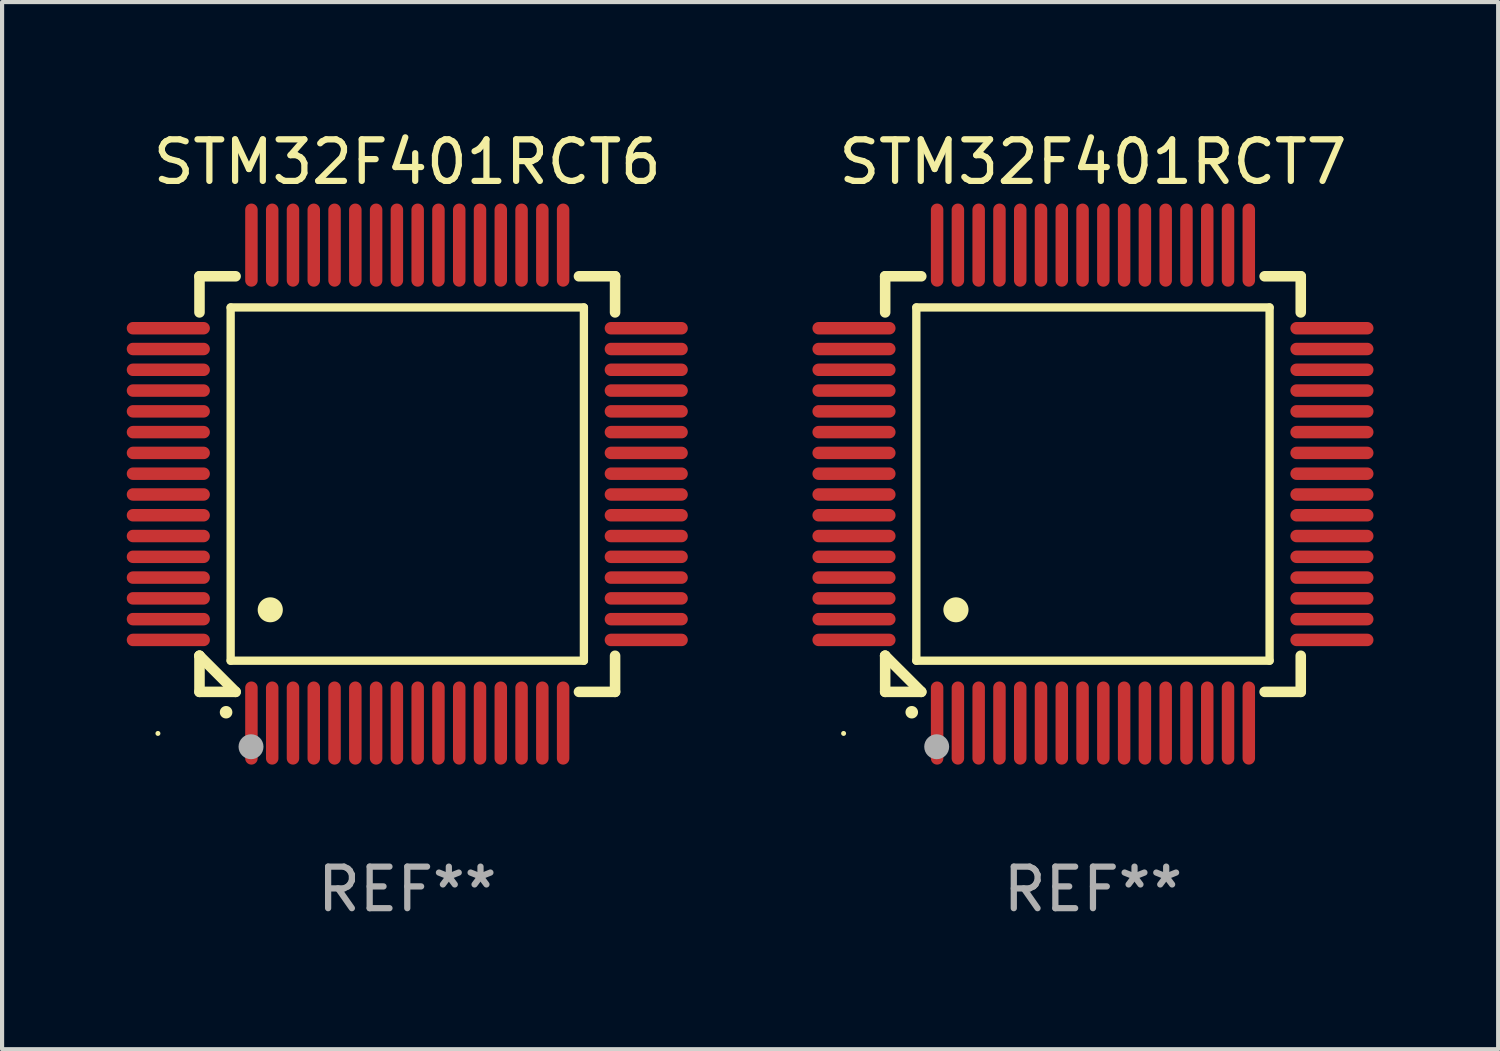
<source format=kicad_pcb>
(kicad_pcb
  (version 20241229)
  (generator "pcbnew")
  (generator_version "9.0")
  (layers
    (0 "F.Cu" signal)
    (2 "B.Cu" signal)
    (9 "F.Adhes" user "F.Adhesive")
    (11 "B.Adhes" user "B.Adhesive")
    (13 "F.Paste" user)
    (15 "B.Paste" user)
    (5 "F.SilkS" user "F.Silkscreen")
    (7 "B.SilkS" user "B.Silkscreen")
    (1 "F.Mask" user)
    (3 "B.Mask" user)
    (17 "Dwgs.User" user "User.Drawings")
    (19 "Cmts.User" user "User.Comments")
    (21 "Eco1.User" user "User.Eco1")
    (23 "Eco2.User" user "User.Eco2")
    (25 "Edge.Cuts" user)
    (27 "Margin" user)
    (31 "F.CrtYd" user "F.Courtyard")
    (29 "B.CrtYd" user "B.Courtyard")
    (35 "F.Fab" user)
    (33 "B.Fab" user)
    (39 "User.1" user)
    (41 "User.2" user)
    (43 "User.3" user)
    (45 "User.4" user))
  (footprint "STM32F401RCT7"
    (layer "F.Cu")
    (at 23.249 8.598)
    (property "Reference" "STM32F401RCT7" (at 0 -7.75 0) (layer "F.SilkS") (effects (font (size 1 1) (thickness 0.15))))
    (attr through_hole)
    (fp_line (start -5 -5) (end -4.131 -5) (stroke (width 0.254) (type solid)) (layer "F.SilkS"))
    (fp_line (start -5 -4.131) (end -5 -5) (stroke (width 0.254) (type solid)) (layer "F.SilkS"))
    (fp_line (start -5 4.131) (end -5 4.131) (stroke (width 0.254) (type solid)) (layer "F.SilkS"))
    (fp_line (start -5 5) (end -5 4.131) (stroke (width 0.254) (type solid)) (layer "F.SilkS"))
    (fp_line (start -5 4.131) (end -4.131 5) (stroke (width 0.254) (type solid)) (layer "F.SilkS"))
    (fp_line (start -4.25 -4.25) (end -4.25 4.25) (stroke (width 0.2) (type solid)) (layer "F.SilkS"))
    (fp_line (start -4.25 4.25) (end 4.25 4.25) (stroke (width 0.2) (type solid)) (layer "F.SilkS"))
    (fp_line (start -4.131 5) (end -5 5) (stroke (width 0.254) (type solid)) (layer "F.SilkS"))
    (fp_line (start 4.25 -4.25) (end -4.25 -4.25) (stroke (width 0.2) (type solid)) (layer "F.SilkS"))
    (fp_line (start 4.25 4.25) (end 4.25 -4.25) (stroke (width 0.2) (type solid)) (layer "F.SilkS"))
    (fp_line (start 5 -5) (end 4.131 -5) (stroke (width 0.254) (type solid)) (layer "F.SilkS"))
    (fp_line (start 5 -5) (end 5 -4.131) (stroke (width 0.254) (type solid)) (layer "F.SilkS"))
    (fp_line (start 5 4.131) (end 5 5) (stroke (width 0.254) (type solid)) (layer "F.SilkS"))
    (fp_line (start 5 5) (end 4.131 5) (stroke (width 0.254) (type solid)) (layer "F.SilkS"))
    (fp_arc (start -4.361265 5.489992) (mid -4.359995 5.489987) (end -4.358725 5.489992) (stroke (width 0.3) (type solid)) (layer "F.SilkS"))
    (fp_arc (start -3.299467 3.025146) (mid -3.296927 3.025135) (end -3.294387 3.025146) (stroke (width 0.6) (type solid)) (layer "F.SilkS"))
    (fp_circle (center -6 6) (end -5.97 6) (stroke (width 0.06) (type solid)) (fill no) (layer "F.SilkS"))
    (fp_circle (center -3.76 6.32) (end -3.61 6.32) (stroke (width 0.3) (type solid)) (fill no) (layer "F.Fab"))
    (fp_text user "REF**" (at 0 9.75 0) (layer "F.Fab") (effects (font (size 1 1) (thickness 0.15))))
    (pad "1" smd oval (at -3.75 5.75) (size 0.3 2) (layers "F.Cu" "F.Mask" "F.Paste"))
    (pad "2" smd oval (at -3.25 5.75) (size 0.3 2) (layers "F.Cu" "F.Mask" "F.Paste"))
    (pad "3" smd oval (at -2.75 5.75) (size 0.3 2) (layers "F.Cu" "F.Mask" "F.Paste"))
    (pad "4" smd oval (at -2.25 5.75) (size 0.3 2) (layers "F.Cu" "F.Mask" "F.Paste"))
    (pad "5" smd oval (at -1.75 5.75) (size 0.3 2) (layers "F.Cu" "F.Mask" "F.Paste"))
    (pad "6" smd oval (at -1.25 5.75) (size 0.3 2) (layers "F.Cu" "F.Mask" "F.Paste"))
    (pad "7" smd oval (at -0.75 5.75) (size 0.3 2) (layers "F.Cu" "F.Mask" "F.Paste"))
    (pad "8" smd oval (at -0.25 5.75) (size 0.3 2) (layers "F.Cu" "F.Mask" "F.Paste"))
    (pad "9" smd oval (at 0.25 5.75) (size 0.3 2) (layers "F.Cu" "F.Mask" "F.Paste"))
    (pad "10" smd oval (at 0.75 5.75) (size 0.3 2) (layers "F.Cu" "F.Mask" "F.Paste"))
    (pad "11" smd oval (at 1.25 5.75) (size 0.3 2) (layers "F.Cu" "F.Mask" "F.Paste"))
    (pad "12" smd oval (at 1.75 5.75) (size 0.3 2) (layers "F.Cu" "F.Mask" "F.Paste"))
    (pad "13" smd oval (at 2.25 5.75) (size 0.3 2) (layers "F.Cu" "F.Mask" "F.Paste"))
    (pad "14" smd oval (at 2.75 5.75) (size 0.3 2) (layers "F.Cu" "F.Mask" "F.Paste"))
    (pad "15" smd oval (at 3.25 5.75) (size 0.3 2) (layers "F.Cu" "F.Mask" "F.Paste"))
    (pad "16" smd oval (at 3.75 5.75) (size 0.3 2) (layers "F.Cu" "F.Mask" "F.Paste"))
    (pad "17" smd oval (at 5.75 3.75) (size 2 0.3) (layers "F.Cu" "F.Mask" "F.Paste"))
    (pad "18" smd oval (at 5.75 3.25) (size 2 0.3) (layers "F.Cu" "F.Mask" "F.Paste"))
    (pad "19" smd oval (at 5.75 2.75) (size 2 0.3) (layers "F.Cu" "F.Mask" "F.Paste"))
    (pad "20" smd oval (at 5.75 2.25) (size 2 0.3) (layers "F.Cu" "F.Mask" "F.Paste"))
    (pad "21" smd oval (at 5.75 1.75) (size 2 0.3) (layers "F.Cu" "F.Mask" "F.Paste"))
    (pad "22" smd oval (at 5.75 1.25) (size 2 0.3) (layers "F.Cu" "F.Mask" "F.Paste"))
    (pad "23" smd oval (at 5.75 0.75) (size 2 0.3) (layers "F.Cu" "F.Mask" "F.Paste"))
    (pad "24" smd oval (at 5.75 0.25) (size 2 0.3) (layers "F.Cu" "F.Mask" "F.Paste"))
    (pad "25" smd oval (at 5.75 -0.25) (size 2 0.3) (layers "F.Cu" "F.Mask" "F.Paste"))
    (pad "26" smd oval (at 5.75 -0.75) (size 2 0.3) (layers "F.Cu" "F.Mask" "F.Paste"))
    (pad "27" smd oval (at 5.75 -1.25) (size 2 0.3) (layers "F.Cu" "F.Mask" "F.Paste"))
    (pad "28" smd oval (at 5.75 -1.75) (size 2 0.3) (layers "F.Cu" "F.Mask" "F.Paste"))
    (pad "29" smd oval (at 5.75 -2.25) (size 2 0.3) (layers "F.Cu" "F.Mask" "F.Paste"))
    (pad "30" smd oval (at 5.75 -2.75) (size 2 0.3) (layers "F.Cu" "F.Mask" "F.Paste"))
    (pad "31" smd oval (at 5.75 -3.25) (size 2 0.3) (layers "F.Cu" "F.Mask" "F.Paste"))
    (pad "32" smd oval (at 5.75 -3.75) (size 2 0.3) (layers "F.Cu" "F.Mask" "F.Paste"))
    (pad "33" smd oval (at 3.75 -5.75) (size 0.3 2) (layers "F.Cu" "F.Mask" "F.Paste"))
    (pad "34" smd oval (at 3.25 -5.75) (size 0.3 2) (layers "F.Cu" "F.Mask" "F.Paste"))
    (pad "35" smd oval (at 2.75 -5.75) (size 0.3 2) (layers "F.Cu" "F.Mask" "F.Paste"))
    (pad "36" smd oval (at 2.25 -5.75) (size 0.3 2) (layers "F.Cu" "F.Mask" "F.Paste"))
    (pad "37" smd oval (at 1.75 -5.75) (size 0.3 2) (layers "F.Cu" "F.Mask" "F.Paste"))
    (pad "38" smd oval (at 1.25 -5.75) (size 0.3 2) (layers "F.Cu" "F.Mask" "F.Paste"))
    (pad "39" smd oval (at 0.75 -5.75) (size 0.3 2) (layers "F.Cu" "F.Mask" "F.Paste"))
    (pad "40" smd oval (at 0.25 -5.75) (size 0.3 2) (layers "F.Cu" "F.Mask" "F.Paste"))
    (pad "41" smd oval (at -0.25 -5.75) (size 0.3 2) (layers "F.Cu" "F.Mask" "F.Paste"))
    (pad "42" smd oval (at -0.75 -5.75) (size 0.3 2) (layers "F.Cu" "F.Mask" "F.Paste"))
    (pad "43" smd oval (at -1.25 -5.75) (size 0.3 2) (layers "F.Cu" "F.Mask" "F.Paste"))
    (pad "44" smd oval (at -1.75 -5.75) (size 0.3 2) (layers "F.Cu" "F.Mask" "F.Paste"))
    (pad "45" smd oval (at -2.25 -5.75) (size 0.3 2) (layers "F.Cu" "F.Mask" "F.Paste"))
    (pad "46" smd oval (at -2.75 -5.75) (size 0.3 2) (layers "F.Cu" "F.Mask" "F.Paste"))
    (pad "47" smd oval (at -3.25 -5.75) (size 0.3 2) (layers "F.Cu" "F.Mask" "F.Paste"))
    (pad "48" smd oval (at -3.75 -5.75) (size 0.3 2) (layers "F.Cu" "F.Mask" "F.Paste"))
    (pad "49" smd oval (at -5.75 -3.75) (size 2 0.3) (layers "F.Cu" "F.Mask" "F.Paste"))
    (pad "50" smd oval (at -5.75 -3.25) (size 2 0.3) (layers "F.Cu" "F.Mask" "F.Paste"))
    (pad "51" smd oval (at -5.75 -2.75) (size 2 0.3) (layers "F.Cu" "F.Mask" "F.Paste"))
    (pad "52" smd oval (at -5.75 -2.25) (size 2 0.3) (layers "F.Cu" "F.Mask" "F.Paste"))
    (pad "53" smd oval (at -5.75 -1.75) (size 2 0.3) (layers "F.Cu" "F.Mask" "F.Paste"))
    (pad "54" smd oval (at -5.75 -1.25) (size 2 0.3) (layers "F.Cu" "F.Mask" "F.Paste"))
    (pad "55" smd oval (at -5.75 -0.75) (size 2 0.3) (layers "F.Cu" "F.Mask" "F.Paste"))
    (pad "56" smd oval (at -5.75 -0.25) (size 2 0.3) (layers "F.Cu" "F.Mask" "F.Paste"))
    (pad "57" smd oval (at -5.75 0.25) (size 2 0.3) (layers "F.Cu" "F.Mask" "F.Paste"))
    (pad "58" smd oval (at -5.75 0.75) (size 2 0.3) (layers "F.Cu" "F.Mask" "F.Paste"))
    (pad "59" smd oval (at -5.75 1.25) (size 2 0.3) (layers "F.Cu" "F.Mask" "F.Paste"))
    (pad "60" smd oval (at -5.75 1.75) (size 2 0.3) (layers "F.Cu" "F.Mask" "F.Paste"))
    (pad "61" smd oval (at -5.75 2.25) (size 2 0.3) (layers "F.Cu" "F.Mask" "F.Paste"))
    (pad "62" smd oval (at -5.75 2.75) (size 2 0.3) (layers "F.Cu" "F.Mask" "F.Paste"))
    (pad "63" smd oval (at -5.75 3.25) (size 2 0.3) (layers "F.Cu" "F.Mask" "F.Paste"))
    (pad "64" smd oval (at -5.75 3.75) (size 2 0.3) (layers "F.Cu" "F.Mask" "F.Paste")))
  (footprint "STM32F401RCT6"
    (layer "F.Cu")
    (at 6.75 8.598)
    (property "Reference" "STM32F401RCT6" (at 0 -7.75 0) (layer "F.SilkS") (effects (font (size 1 1) (thickness 0.15))))
    (attr through_hole)
    (fp_line (start -5 -5) (end -4.131 -5) (stroke (width 0.254) (type solid)) (layer "F.SilkS"))
    (fp_line (start -5 -4.131) (end -5 -5) (stroke (width 0.254) (type solid)) (layer "F.SilkS"))
    (fp_line (start -5 4.131) (end -5 4.131) (stroke (width 0.254) (type solid)) (layer "F.SilkS"))
    (fp_line (start -5 5) (end -5 4.131) (stroke (width 0.254) (type solid)) (layer "F.SilkS"))
    (fp_line (start -5 4.131) (end -4.131 5) (stroke (width 0.254) (type solid)) (layer "F.SilkS"))
    (fp_line (start -4.25 -4.25) (end -4.25 4.25) (stroke (width 0.2) (type solid)) (layer "F.SilkS"))
    (fp_line (start -4.25 4.25) (end 4.25 4.25) (stroke (width 0.2) (type solid)) (layer "F.SilkS"))
    (fp_line (start -4.131 5) (end -5 5) (stroke (width 0.254) (type solid)) (layer "F.SilkS"))
    (fp_line (start 4.25 -4.25) (end -4.25 -4.25) (stroke (width 0.2) (type solid)) (layer "F.SilkS"))
    (fp_line (start 4.25 4.25) (end 4.25 -4.25) (stroke (width 0.2) (type solid)) (layer "F.SilkS"))
    (fp_line (start 5 -5) (end 4.131 -5) (stroke (width 0.254) (type solid)) (layer "F.SilkS"))
    (fp_line (start 5 -5) (end 5 -4.131) (stroke (width 0.254) (type solid)) (layer "F.SilkS"))
    (fp_line (start 5 4.131) (end 5 5) (stroke (width 0.254) (type solid)) (layer "F.SilkS"))
    (fp_line (start 5 5) (end 4.131 5) (stroke (width 0.254) (type solid)) (layer "F.SilkS"))
    (fp_arc (start -4.361265 5.489992) (mid -4.359995 5.489987) (end -4.358725 5.489992) (stroke (width 0.3) (type solid)) (layer "F.SilkS"))
    (fp_arc (start -3.299467 3.025146) (mid -3.296927 3.025135) (end -3.294387 3.025146) (stroke (width 0.6) (type solid)) (layer "F.SilkS"))
    (fp_circle (center -6 6) (end -5.97 6) (stroke (width 0.06) (type solid)) (fill no) (layer "F.SilkS"))
    (fp_circle (center -3.76 6.32) (end -3.61 6.32) (stroke (width 0.3) (type solid)) (fill no) (layer "F.Fab"))
    (fp_text user "REF**" (at 0 9.75 0) (layer "F.Fab") (effects (font (size 1 1) (thickness 0.15))))
    (pad "1" smd oval (at -3.75 5.75) (size 0.3 2) (layers "F.Cu" "F.Mask" "F.Paste"))
    (pad "2" smd oval (at -3.25 5.75) (size 0.3 2) (layers "F.Cu" "F.Mask" "F.Paste"))
    (pad "3" smd oval (at -2.75 5.75) (size 0.3 2) (layers "F.Cu" "F.Mask" "F.Paste"))
    (pad "4" smd oval (at -2.25 5.75) (size 0.3 2) (layers "F.Cu" "F.Mask" "F.Paste"))
    (pad "5" smd oval (at -1.75 5.75) (size 0.3 2) (layers "F.Cu" "F.Mask" "F.Paste"))
    (pad "6" smd oval (at -1.25 5.75) (size 0.3 2) (layers "F.Cu" "F.Mask" "F.Paste"))
    (pad "7" smd oval (at -0.75 5.75) (size 0.3 2) (layers "F.Cu" "F.Mask" "F.Paste"))
    (pad "8" smd oval (at -0.25 5.75) (size 0.3 2) (layers "F.Cu" "F.Mask" "F.Paste"))
    (pad "9" smd oval (at 0.25 5.75) (size 0.3 2) (layers "F.Cu" "F.Mask" "F.Paste"))
    (pad "10" smd oval (at 0.75 5.75) (size 0.3 2) (layers "F.Cu" "F.Mask" "F.Paste"))
    (pad "11" smd oval (at 1.25 5.75) (size 0.3 2) (layers "F.Cu" "F.Mask" "F.Paste"))
    (pad "12" smd oval (at 1.75 5.75) (size 0.3 2) (layers "F.Cu" "F.Mask" "F.Paste"))
    (pad "13" smd oval (at 2.25 5.75) (size 0.3 2) (layers "F.Cu" "F.Mask" "F.Paste"))
    (pad "14" smd oval (at 2.75 5.75) (size 0.3 2) (layers "F.Cu" "F.Mask" "F.Paste"))
    (pad "15" smd oval (at 3.25 5.75) (size 0.3 2) (layers "F.Cu" "F.Mask" "F.Paste"))
    (pad "16" smd oval (at 3.75 5.75) (size 0.3 2) (layers "F.Cu" "F.Mask" "F.Paste"))
    (pad "17" smd oval (at 5.75 3.75) (size 2 0.3) (layers "F.Cu" "F.Mask" "F.Paste"))
    (pad "18" smd oval (at 5.75 3.25) (size 2 0.3) (layers "F.Cu" "F.Mask" "F.Paste"))
    (pad "19" smd oval (at 5.75 2.75) (size 2 0.3) (layers "F.Cu" "F.Mask" "F.Paste"))
    (pad "20" smd oval (at 5.75 2.25) (size 2 0.3) (layers "F.Cu" "F.Mask" "F.Paste"))
    (pad "21" smd oval (at 5.75 1.75) (size 2 0.3) (layers "F.Cu" "F.Mask" "F.Paste"))
    (pad "22" smd oval (at 5.75 1.25) (size 2 0.3) (layers "F.Cu" "F.Mask" "F.Paste"))
    (pad "23" smd oval (at 5.75 0.75) (size 2 0.3) (layers "F.Cu" "F.Mask" "F.Paste"))
    (pad "24" smd oval (at 5.75 0.25) (size 2 0.3) (layers "F.Cu" "F.Mask" "F.Paste"))
    (pad "25" smd oval (at 5.75 -0.25) (size 2 0.3) (layers "F.Cu" "F.Mask" "F.Paste"))
    (pad "26" smd oval (at 5.75 -0.75) (size 2 0.3) (layers "F.Cu" "F.Mask" "F.Paste"))
    (pad "27" smd oval (at 5.75 -1.25) (size 2 0.3) (layers "F.Cu" "F.Mask" "F.Paste"))
    (pad "28" smd oval (at 5.75 -1.75) (size 2 0.3) (layers "F.Cu" "F.Mask" "F.Paste"))
    (pad "29" smd oval (at 5.75 -2.25) (size 2 0.3) (layers "F.Cu" "F.Mask" "F.Paste"))
    (pad "30" smd oval (at 5.75 -2.75) (size 2 0.3) (layers "F.Cu" "F.Mask" "F.Paste"))
    (pad "31" smd oval (at 5.75 -3.25) (size 2 0.3) (layers "F.Cu" "F.Mask" "F.Paste"))
    (pad "32" smd oval (at 5.75 -3.75) (size 2 0.3) (layers "F.Cu" "F.Mask" "F.Paste"))
    (pad "33" smd oval (at 3.75 -5.75) (size 0.3 2) (layers "F.Cu" "F.Mask" "F.Paste"))
    (pad "34" smd oval (at 3.25 -5.75) (size 0.3 2) (layers "F.Cu" "F.Mask" "F.Paste"))
    (pad "35" smd oval (at 2.75 -5.75) (size 0.3 2) (layers "F.Cu" "F.Mask" "F.Paste"))
    (pad "36" smd oval (at 2.25 -5.75) (size 0.3 2) (layers "F.Cu" "F.Mask" "F.Paste"))
    (pad "37" smd oval (at 1.75 -5.75) (size 0.3 2) (layers "F.Cu" "F.Mask" "F.Paste"))
    (pad "38" smd oval (at 1.25 -5.75) (size 0.3 2) (layers "F.Cu" "F.Mask" "F.Paste"))
    (pad "39" smd oval (at 0.75 -5.75) (size 0.3 2) (layers "F.Cu" "F.Mask" "F.Paste"))
    (pad "40" smd oval (at 0.25 -5.75) (size 0.3 2) (layers "F.Cu" "F.Mask" "F.Paste"))
    (pad "41" smd oval (at -0.25 -5.75) (size 0.3 2) (layers "F.Cu" "F.Mask" "F.Paste"))
    (pad "42" smd oval (at -0.75 -5.75) (size 0.3 2) (layers "F.Cu" "F.Mask" "F.Paste"))
    (pad "43" smd oval (at -1.25 -5.75) (size 0.3 2) (layers "F.Cu" "F.Mask" "F.Paste"))
    (pad "44" smd oval (at -1.75 -5.75) (size 0.3 2) (layers "F.Cu" "F.Mask" "F.Paste"))
    (pad "45" smd oval (at -2.25 -5.75) (size 0.3 2) (layers "F.Cu" "F.Mask" "F.Paste"))
    (pad "46" smd oval (at -2.75 -5.75) (size 0.3 2) (layers "F.Cu" "F.Mask" "F.Paste"))
    (pad "47" smd oval (at -3.25 -5.75) (size 0.3 2) (layers "F.Cu" "F.Mask" "F.Paste"))
    (pad "48" smd oval (at -3.75 -5.75) (size 0.3 2) (layers "F.Cu" "F.Mask" "F.Paste"))
    (pad "49" smd oval (at -5.75 -3.75) (size 2 0.3) (layers "F.Cu" "F.Mask" "F.Paste"))
    (pad "50" smd oval (at -5.75 -3.25) (size 2 0.3) (layers "F.Cu" "F.Mask" "F.Paste"))
    (pad "51" smd oval (at -5.75 -2.75) (size 2 0.3) (layers "F.Cu" "F.Mask" "F.Paste"))
    (pad "52" smd oval (at -5.75 -2.25) (size 2 0.3) (layers "F.Cu" "F.Mask" "F.Paste"))
    (pad "53" smd oval (at -5.75 -1.75) (size 2 0.3) (layers "F.Cu" "F.Mask" "F.Paste"))
    (pad "54" smd oval (at -5.75 -1.25) (size 2 0.3) (layers "F.Cu" "F.Mask" "F.Paste"))
    (pad "55" smd oval (at -5.75 -0.75) (size 2 0.3) (layers "F.Cu" "F.Mask" "F.Paste"))
    (pad "56" smd oval (at -5.75 -0.25) (size 2 0.3) (layers "F.Cu" "F.Mask" "F.Paste"))
    (pad "57" smd oval (at -5.75 0.25) (size 2 0.3) (layers "F.Cu" "F.Mask" "F.Paste"))
    (pad "58" smd oval (at -5.75 0.75) (size 2 0.3) (layers "F.Cu" "F.Mask" "F.Paste"))
    (pad "59" smd oval (at -5.75 1.25) (size 2 0.3) (layers "F.Cu" "F.Mask" "F.Paste"))
    (pad "60" smd oval (at -5.75 1.75) (size 2 0.3) (layers "F.Cu" "F.Mask" "F.Paste"))
    (pad "61" smd oval (at -5.75 2.25) (size 2 0.3) (layers "F.Cu" "F.Mask" "F.Paste"))
    (pad "62" smd oval (at -5.75 2.75) (size 2 0.3) (layers "F.Cu" "F.Mask" "F.Paste"))
    (pad "63" smd oval (at -5.75 3.25) (size 2 0.3) (layers "F.Cu" "F.Mask" "F.Paste"))
    (pad "64" smd oval (at -5.75 3.75) (size 2 0.3) (layers "F.Cu" "F.Mask" "F.Paste")))
  (gr_rect
    (start -3 -3)
    (end 32.999 22.196)
    (stroke (width 0.1) (type default))
    (fill no)
    (layer "Edge.Cuts")))
</source>
